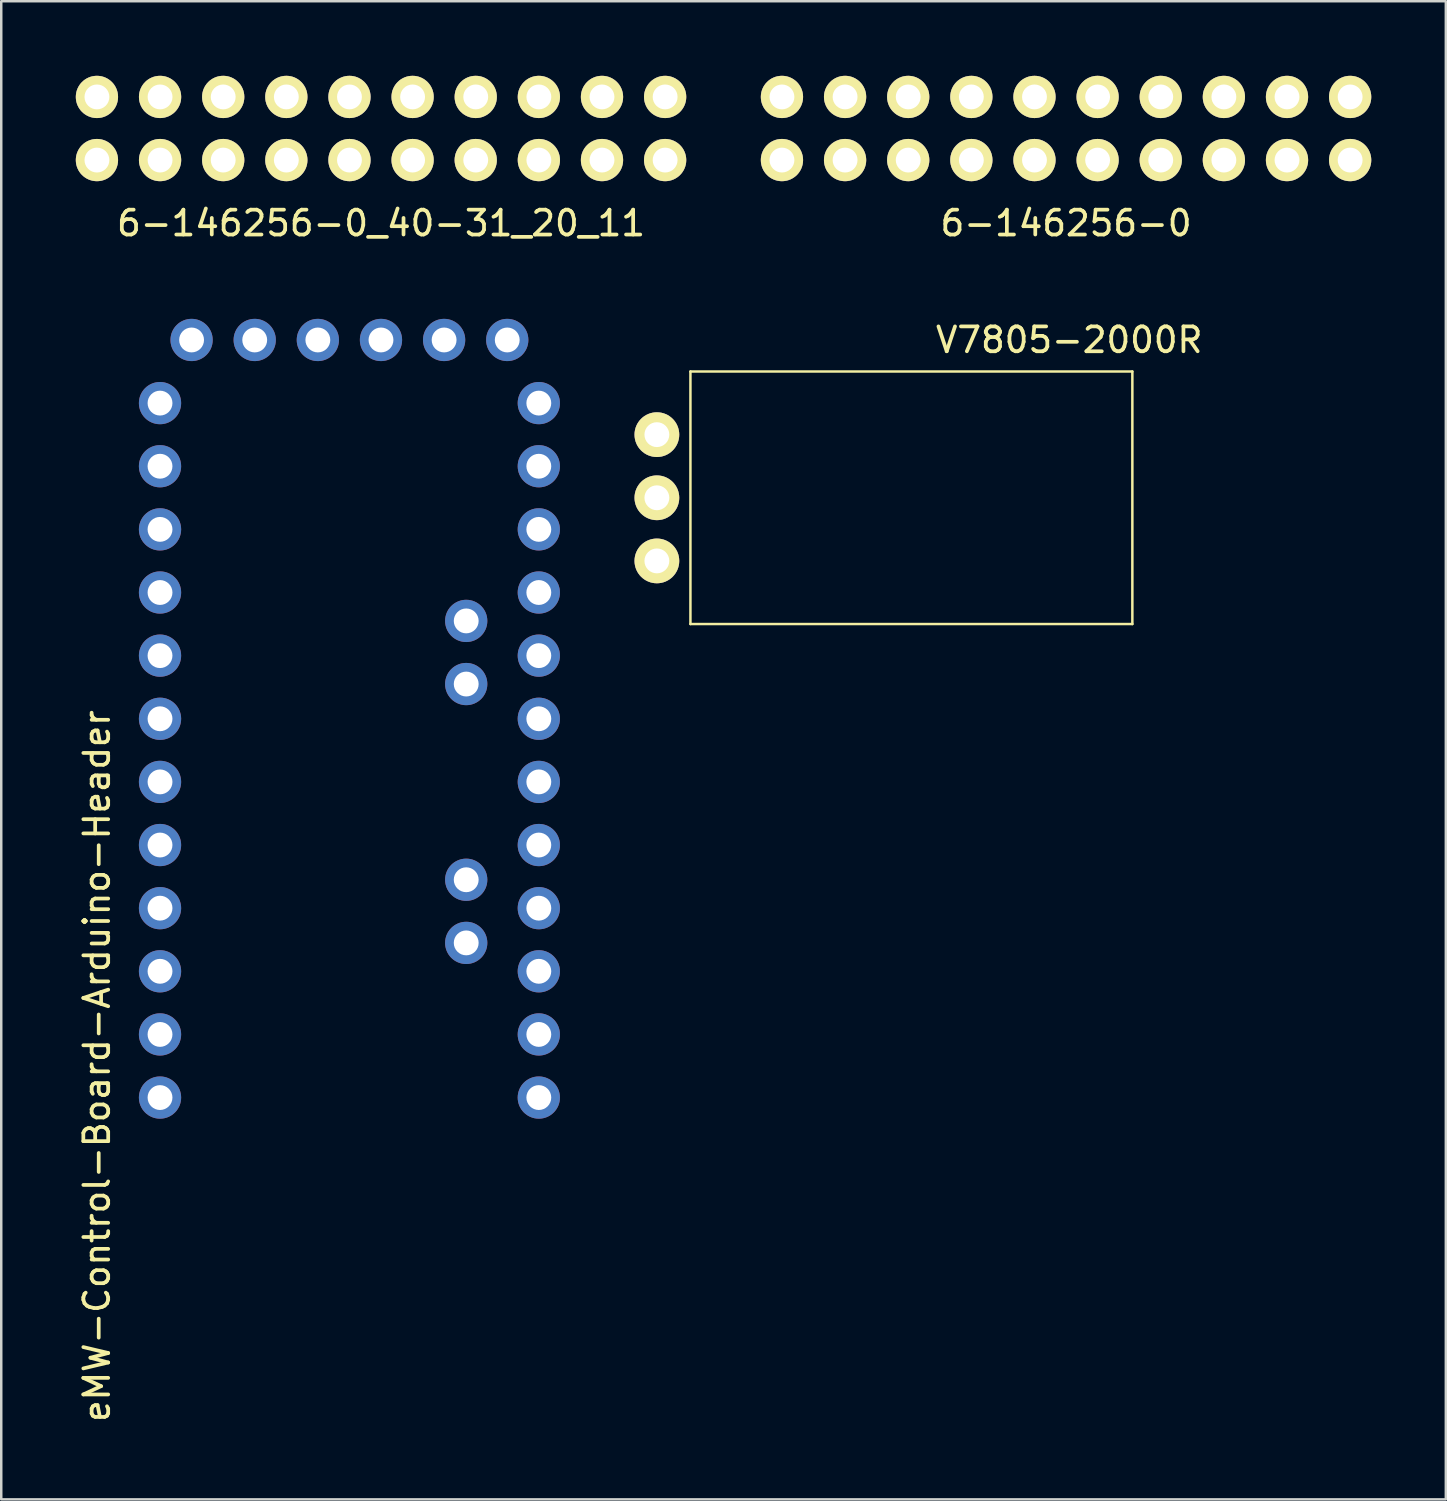
<source format=kicad_pcb>
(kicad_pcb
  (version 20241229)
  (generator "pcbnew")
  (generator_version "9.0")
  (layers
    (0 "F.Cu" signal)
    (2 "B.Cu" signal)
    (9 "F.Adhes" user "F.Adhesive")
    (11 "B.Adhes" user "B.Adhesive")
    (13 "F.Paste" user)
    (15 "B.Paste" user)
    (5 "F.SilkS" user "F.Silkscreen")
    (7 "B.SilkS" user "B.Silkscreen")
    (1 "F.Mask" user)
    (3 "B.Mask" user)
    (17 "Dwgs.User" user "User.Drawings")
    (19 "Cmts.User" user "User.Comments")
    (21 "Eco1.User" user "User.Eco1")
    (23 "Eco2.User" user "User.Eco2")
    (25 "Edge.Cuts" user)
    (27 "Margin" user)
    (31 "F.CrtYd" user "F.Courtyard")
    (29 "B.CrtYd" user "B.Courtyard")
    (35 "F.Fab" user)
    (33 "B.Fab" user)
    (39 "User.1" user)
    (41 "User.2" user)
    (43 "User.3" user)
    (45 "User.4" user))
  (footprint "V7805-2000R"
    (layer "F.Cu")
    (at 24.728 16.977)
    (property "Reference" "V7805-2000R" (at 15.24 -6.35 0) (layer "F.SilkS") (effects (font (size 1 1) (thickness 0.15))))
    (attr through_hole)
    (fp_line (start 0 -5.08) (end 0 5.08) (stroke (width 0.1) (type solid)) (layer "F.SilkS"))
    (fp_line (start 0 -5.08) (end 17.78 -5.08) (stroke (width 0.1) (type solid)) (layer "F.SilkS"))
    (fp_line (start 17.78 -5.08) (end 17.78 5.08) (stroke (width 0.1) (type solid)) (layer "F.SilkS"))
    (fp_line (start 17.78 5.08) (end 0 5.08) (stroke (width 0.1) (type solid)) (layer "F.SilkS"))
    (pad "1" thru_hole circle (at -1.35 -2.54) (size 1.8 1.8) (drill 1) (layers "*.Cu" "*.Mask" "F.SilkS"))
    (pad "2" thru_hole circle (at -1.35 0) (size 1.8 1.8) (drill 1) (layers "*.Cu" "*.Mask" "F.SilkS"))
    (pad "3" thru_hole circle (at -1.35 2.54) (size 1.8 1.8) (drill 1) (layers "*.Cu" "*.Mask" "F.SilkS")))
  (footprint "6-146256-0"
    (layer "F.Cu")
    (at 39.84 2.12)
    (property "Reference" "6-146256-0" (at 0 3.81 0) (layer "F.SilkS") (effects (font (size 1 1) (thickness 0.15))))
    (attr through_hole)
    (pad "1" thru_hole circle (at -11.43 1.27) (size 1.7 1.7) (drill 1) (layers "*.Cu" "*.Mask" "F.SilkS"))
    (pad "2" thru_hole circle (at -8.89 1.27) (size 1.7 1.7) (drill 1) (layers "*.Cu" "*.Mask" "F.SilkS"))
    (pad "3" thru_hole circle (at -6.35 1.27) (size 1.7 1.7) (drill 1) (layers "*.Cu" "*.Mask" "F.SilkS"))
    (pad "4" thru_hole circle (at -3.81 1.27) (size 1.7 1.7) (drill 1) (layers "*.Cu" "*.Mask" "F.SilkS"))
    (pad "5" thru_hole circle (at -1.27 1.27) (size 1.7 1.7) (drill 1) (layers "*.Cu" "*.Mask" "F.SilkS"))
    (pad "6" thru_hole circle (at 1.27 1.27) (size 1.7 1.7) (drill 1) (layers "*.Cu" "*.Mask" "F.SilkS"))
    (pad "7" thru_hole circle (at 3.81 1.27) (size 1.7 1.7) (drill 1) (layers "*.Cu" "*.Mask" "F.SilkS"))
    (pad "8" thru_hole circle (at 6.35 1.27) (size 1.7 1.7) (drill 1) (layers "*.Cu" "*.Mask" "F.SilkS"))
    (pad "9" thru_hole circle (at 8.89 1.27) (size 1.7 1.7) (drill 1) (layers "*.Cu" "*.Mask" "F.SilkS"))
    (pad "10" thru_hole circle (at 11.43 1.27) (size 1.7 1.7) (drill 1) (layers "*.Cu" "*.Mask" "F.SilkS"))
    (pad "21" thru_hole circle (at -11.43 -1.27) (size 1.7 1.7) (drill 1) (layers "*.Cu" "*.Mask" "F.SilkS"))
    (pad "22" thru_hole circle (at -8.89 -1.27) (size 1.7 1.7) (drill 1) (layers "*.Cu" "*.Mask" "F.SilkS"))
    (pad "23" thru_hole circle (at -6.35 -1.27) (size 1.7 1.7) (drill 1) (layers "*.Cu" "*.Mask" "F.SilkS"))
    (pad "24" thru_hole circle (at -3.81 -1.27) (size 1.7 1.7) (drill 1) (layers "*.Cu" "*.Mask" "F.SilkS"))
    (pad "25" thru_hole circle (at -1.27 -1.27) (size 1.7 1.7) (drill 1) (layers "*.Cu" "*.Mask" "F.SilkS"))
    (pad "26" thru_hole circle (at 1.27 -1.27) (size 1.7 1.7) (drill 1) (layers "*.Cu" "*.Mask" "F.SilkS"))
    (pad "27" thru_hole circle (at 3.81 -1.27) (size 1.7 1.7) (drill 1) (layers "*.Cu" "*.Mask" "F.SilkS"))
    (pad "28" thru_hole circle (at 6.35 -1.27) (size 1.7 1.7) (drill 1) (layers "*.Cu" "*.Mask" "F.SilkS"))
    (pad "29" thru_hole circle (at 8.89 -1.27) (size 1.7 1.7) (drill 1) (layers "*.Cu" "*.Mask" "F.SilkS"))
    (pad "30" thru_hole circle (at 11.43 -1.27) (size 1.7 1.7) (drill 1) (layers "*.Cu" "*.Mask" "F.SilkS")))
  (footprint "eMW-Control-Board-Arduino-Header"
    (layer "F.Cu")
    (at 2.118 42.378)
    (property "Reference" "eMW-Control-Board-Arduino-Header" (at -1.27 -2.54 90) (layer "F.SilkS") (effects (font (size 1 1) (thickness 0.15))))
    (attr through_hole)
    (pad "1" thru_hole circle (at 16.51 -29.21) (size 1.7 1.7) (drill 1) (layers "*.Cu" "*.Mask"))
    (pad "2" thru_hole circle (at 16.51 -26.67) (size 1.7 1.7) (drill 1) (layers "*.Cu" "*.Mask"))
    (pad "3" thru_hole circle (at 16.51 -24.13) (size 1.7 1.7) (drill 1) (layers "*.Cu" "*.Mask"))
    (pad "4" thru_hole circle (at 16.51 -21.59) (size 1.7 1.7) (drill 1) (layers "*.Cu" "*.Mask"))
    (pad "5" thru_hole circle (at 16.51 -19.05) (size 1.7 1.7) (drill 1) (layers "*.Cu" "*.Mask"))
    (pad "6" thru_hole circle (at 16.51 -16.51) (size 1.7 1.7) (drill 1) (layers "*.Cu" "*.Mask"))
    (pad "7" thru_hole circle (at 16.51 -13.97) (size 1.7 1.7) (drill 1) (layers "*.Cu" "*.Mask"))
    (pad "8" thru_hole circle (at 16.51 -11.43) (size 1.7 1.7) (drill 1) (layers "*.Cu" "*.Mask"))
    (pad "9" thru_hole circle (at 16.51 -8.89) (size 1.7 1.7) (drill 1) (layers "*.Cu" "*.Mask"))
    (pad "10" thru_hole circle (at 16.51 -6.35) (size 1.7 1.7) (drill 1) (layers "*.Cu" "*.Mask"))
    (pad "11" thru_hole circle (at 16.51 -3.81) (size 1.7 1.7) (drill 1) (layers "*.Cu" "*.Mask"))
    (pad "12" thru_hole circle (at 16.51 -1.27) (size 1.7 1.7) (drill 1) (layers "*.Cu" "*.Mask"))
    (pad "13" thru_hole circle (at 1.27 -1.27) (size 1.7 1.7) (drill 1) (layers "*.Cu" "*.Mask"))
    (pad "14" thru_hole circle (at 1.27 -3.81) (size 1.7 1.7) (drill 1) (layers "*.Cu" "*.Mask"))
    (pad "15" thru_hole circle (at 1.27 -6.35) (size 1.7 1.7) (drill 1) (layers "*.Cu" "*.Mask"))
    (pad "16" thru_hole circle (at 1.27 -8.89) (size 1.7 1.7) (drill 1) (layers "*.Cu" "*.Mask"))
    (pad "17" thru_hole circle (at 1.27 -11.43) (size 1.7 1.7) (drill 1) (layers "*.Cu" "*.Mask"))
    (pad "18" thru_hole circle (at 1.27 -13.97) (size 1.7 1.7) (drill 1) (layers "*.Cu" "*.Mask"))
    (pad "19" thru_hole circle (at 1.27 -16.51) (size 1.7 1.7) (drill 1) (layers "*.Cu" "*.Mask"))
    (pad "20" thru_hole circle (at 1.27 -19.05) (size 1.7 1.7) (drill 1) (layers "*.Cu" "*.Mask"))
    (pad "21" thru_hole circle (at 1.27 -21.59) (size 1.7 1.7) (drill 1) (layers "*.Cu" "*.Mask"))
    (pad "22" thru_hole circle (at 1.27 -24.13) (size 1.7 1.7) (drill 1) (layers "*.Cu" "*.Mask"))
    (pad "23" thru_hole circle (at 1.27 -26.67) (size 1.7 1.7) (drill 1) (layers "*.Cu" "*.Mask"))
    (pad "24" thru_hole circle (at 1.27 -29.21) (size 1.7 1.7) (drill 1) (layers "*.Cu" "*.Mask"))
    (pad "25" thru_hole circle (at 2.54 -31.75) (size 1.7 1.7) (drill 1) (layers "*.Cu" "*.Mask"))
    (pad "26" thru_hole circle (at 5.08 -31.75) (size 1.7 1.7) (drill 1) (layers "*.Cu" "*.Mask"))
    (pad "27" thru_hole circle (at 7.62 -31.75) (size 1.7 1.7) (drill 1) (layers "*.Cu" "*.Mask"))
    (pad "28" thru_hole circle (at 10.16 -31.75) (size 1.7 1.7) (drill 1) (layers "*.Cu" "*.Mask"))
    (pad "29" thru_hole circle (at 12.7 -31.75) (size 1.7 1.7) (drill 1) (layers "*.Cu" "*.Mask"))
    (pad "30" thru_hole circle (at 15.24 -31.75) (size 1.7 1.7) (drill 1) (layers "*.Cu" "*.Mask"))
    (pad "31" thru_hole circle (at 13.589 -17.907) (size 1.7 1.7) (drill 1) (layers "*.Cu" "*.Mask"))
    (pad "32" thru_hole circle (at 13.589 -20.447) (size 1.7 1.7) (drill 1) (layers "*.Cu" "*.Mask"))
    (pad "33" thru_hole circle (at 13.589 -7.493) (size 1.7 1.7) (drill 1) (layers "*.Cu" "*.Mask"))
    (pad "34" thru_hole circle (at 13.589 -10.033) (size 1.7 1.7) (drill 1) (layers "*.Cu" "*.Mask")))
  (footprint "6-146256-0_40-31_20_11"
    (layer "F.Cu")
    (at 12.28 2.12)
    (property "Reference" "6-146256-0_40-31_20_11" (at 0 3.81 0) (layer "F.SilkS") (effects (font (size 1 1) (thickness 0.15))))
    (attr through_hole)
    (pad "11" thru_hole circle (at 11.43 -1.27) (size 1.7 1.7) (drill 1) (layers "*.Cu" "*.Mask" "F.SilkS"))
    (pad "12" thru_hole circle (at 8.89 -1.27) (size 1.7 1.7) (drill 1) (layers "*.Cu" "*.Mask" "F.SilkS"))
    (pad "13" thru_hole circle (at 6.35 -1.27) (size 1.7 1.7) (drill 1) (layers "*.Cu" "*.Mask" "F.SilkS"))
    (pad "14" thru_hole circle (at 3.81 -1.27) (size 1.7 1.7) (drill 1) (layers "*.Cu" "*.Mask" "F.SilkS"))
    (pad "15" thru_hole circle (at 1.27 -1.27) (size 1.7 1.7) (drill 1) (layers "*.Cu" "*.Mask" "F.SilkS"))
    (pad "16" thru_hole circle (at -1.27 -1.27) (size 1.7 1.7) (drill 1) (layers "*.Cu" "*.Mask" "F.SilkS"))
    (pad "17" thru_hole circle (at -3.81 -1.27) (size 1.7 1.7) (drill 1) (layers "*.Cu" "*.Mask" "F.SilkS"))
    (pad "18" thru_hole circle (at -6.35 -1.27) (size 1.7 1.7) (drill 1) (layers "*.Cu" "*.Mask" "F.SilkS"))
    (pad "19" thru_hole circle (at -8.89 -1.27) (size 1.7 1.7) (drill 1) (layers "*.Cu" "*.Mask" "F.SilkS"))
    (pad "20" thru_hole circle (at -11.43 -1.27) (size 1.7 1.7) (drill 1) (layers "*.Cu" "*.Mask" "F.SilkS"))
    (pad "31" thru_hole circle (at 11.43 1.27) (size 1.7 1.7) (drill 1) (layers "*.Cu" "*.Mask" "F.SilkS"))
    (pad "32" thru_hole circle (at 8.89 1.27) (size 1.7 1.7) (drill 1) (layers "*.Cu" "*.Mask" "F.SilkS"))
    (pad "33" thru_hole circle (at 6.35 1.27) (size 1.7 1.7) (drill 1) (layers "*.Cu" "*.Mask" "F.SilkS"))
    (pad "34" thru_hole circle (at 3.81 1.27) (size 1.7 1.7) (drill 1) (layers "*.Cu" "*.Mask" "F.SilkS"))
    (pad "35" thru_hole circle (at 1.27 1.27) (size 1.7 1.7) (drill 1) (layers "*.Cu" "*.Mask" "F.SilkS"))
    (pad "36" thru_hole circle (at -1.27 1.27) (size 1.7 1.7) (drill 1) (layers "*.Cu" "*.Mask" "F.SilkS"))
    (pad "37" thru_hole circle (at -3.81 1.27) (size 1.7 1.7) (drill 1) (layers "*.Cu" "*.Mask" "F.SilkS"))
    (pad "38" thru_hole circle (at -6.35 1.27) (size 1.7 1.7) (drill 1) (layers "*.Cu" "*.Mask" "F.SilkS"))
    (pad "39" thru_hole circle (at -8.89 1.27) (size 1.7 1.7) (drill 1) (layers "*.Cu" "*.Mask" "F.SilkS"))
    (pad "40" thru_hole circle (at -11.43 1.27) (size 1.7 1.7) (drill 1) (layers "*.Cu" "*.Mask" "F.SilkS")))
  (gr_rect
    (start -3 -3)
    (end 55.12 57.273)
    (stroke (width 0.1) (type default))
    (fill no)
    (layer "Edge.Cuts")))
</source>
